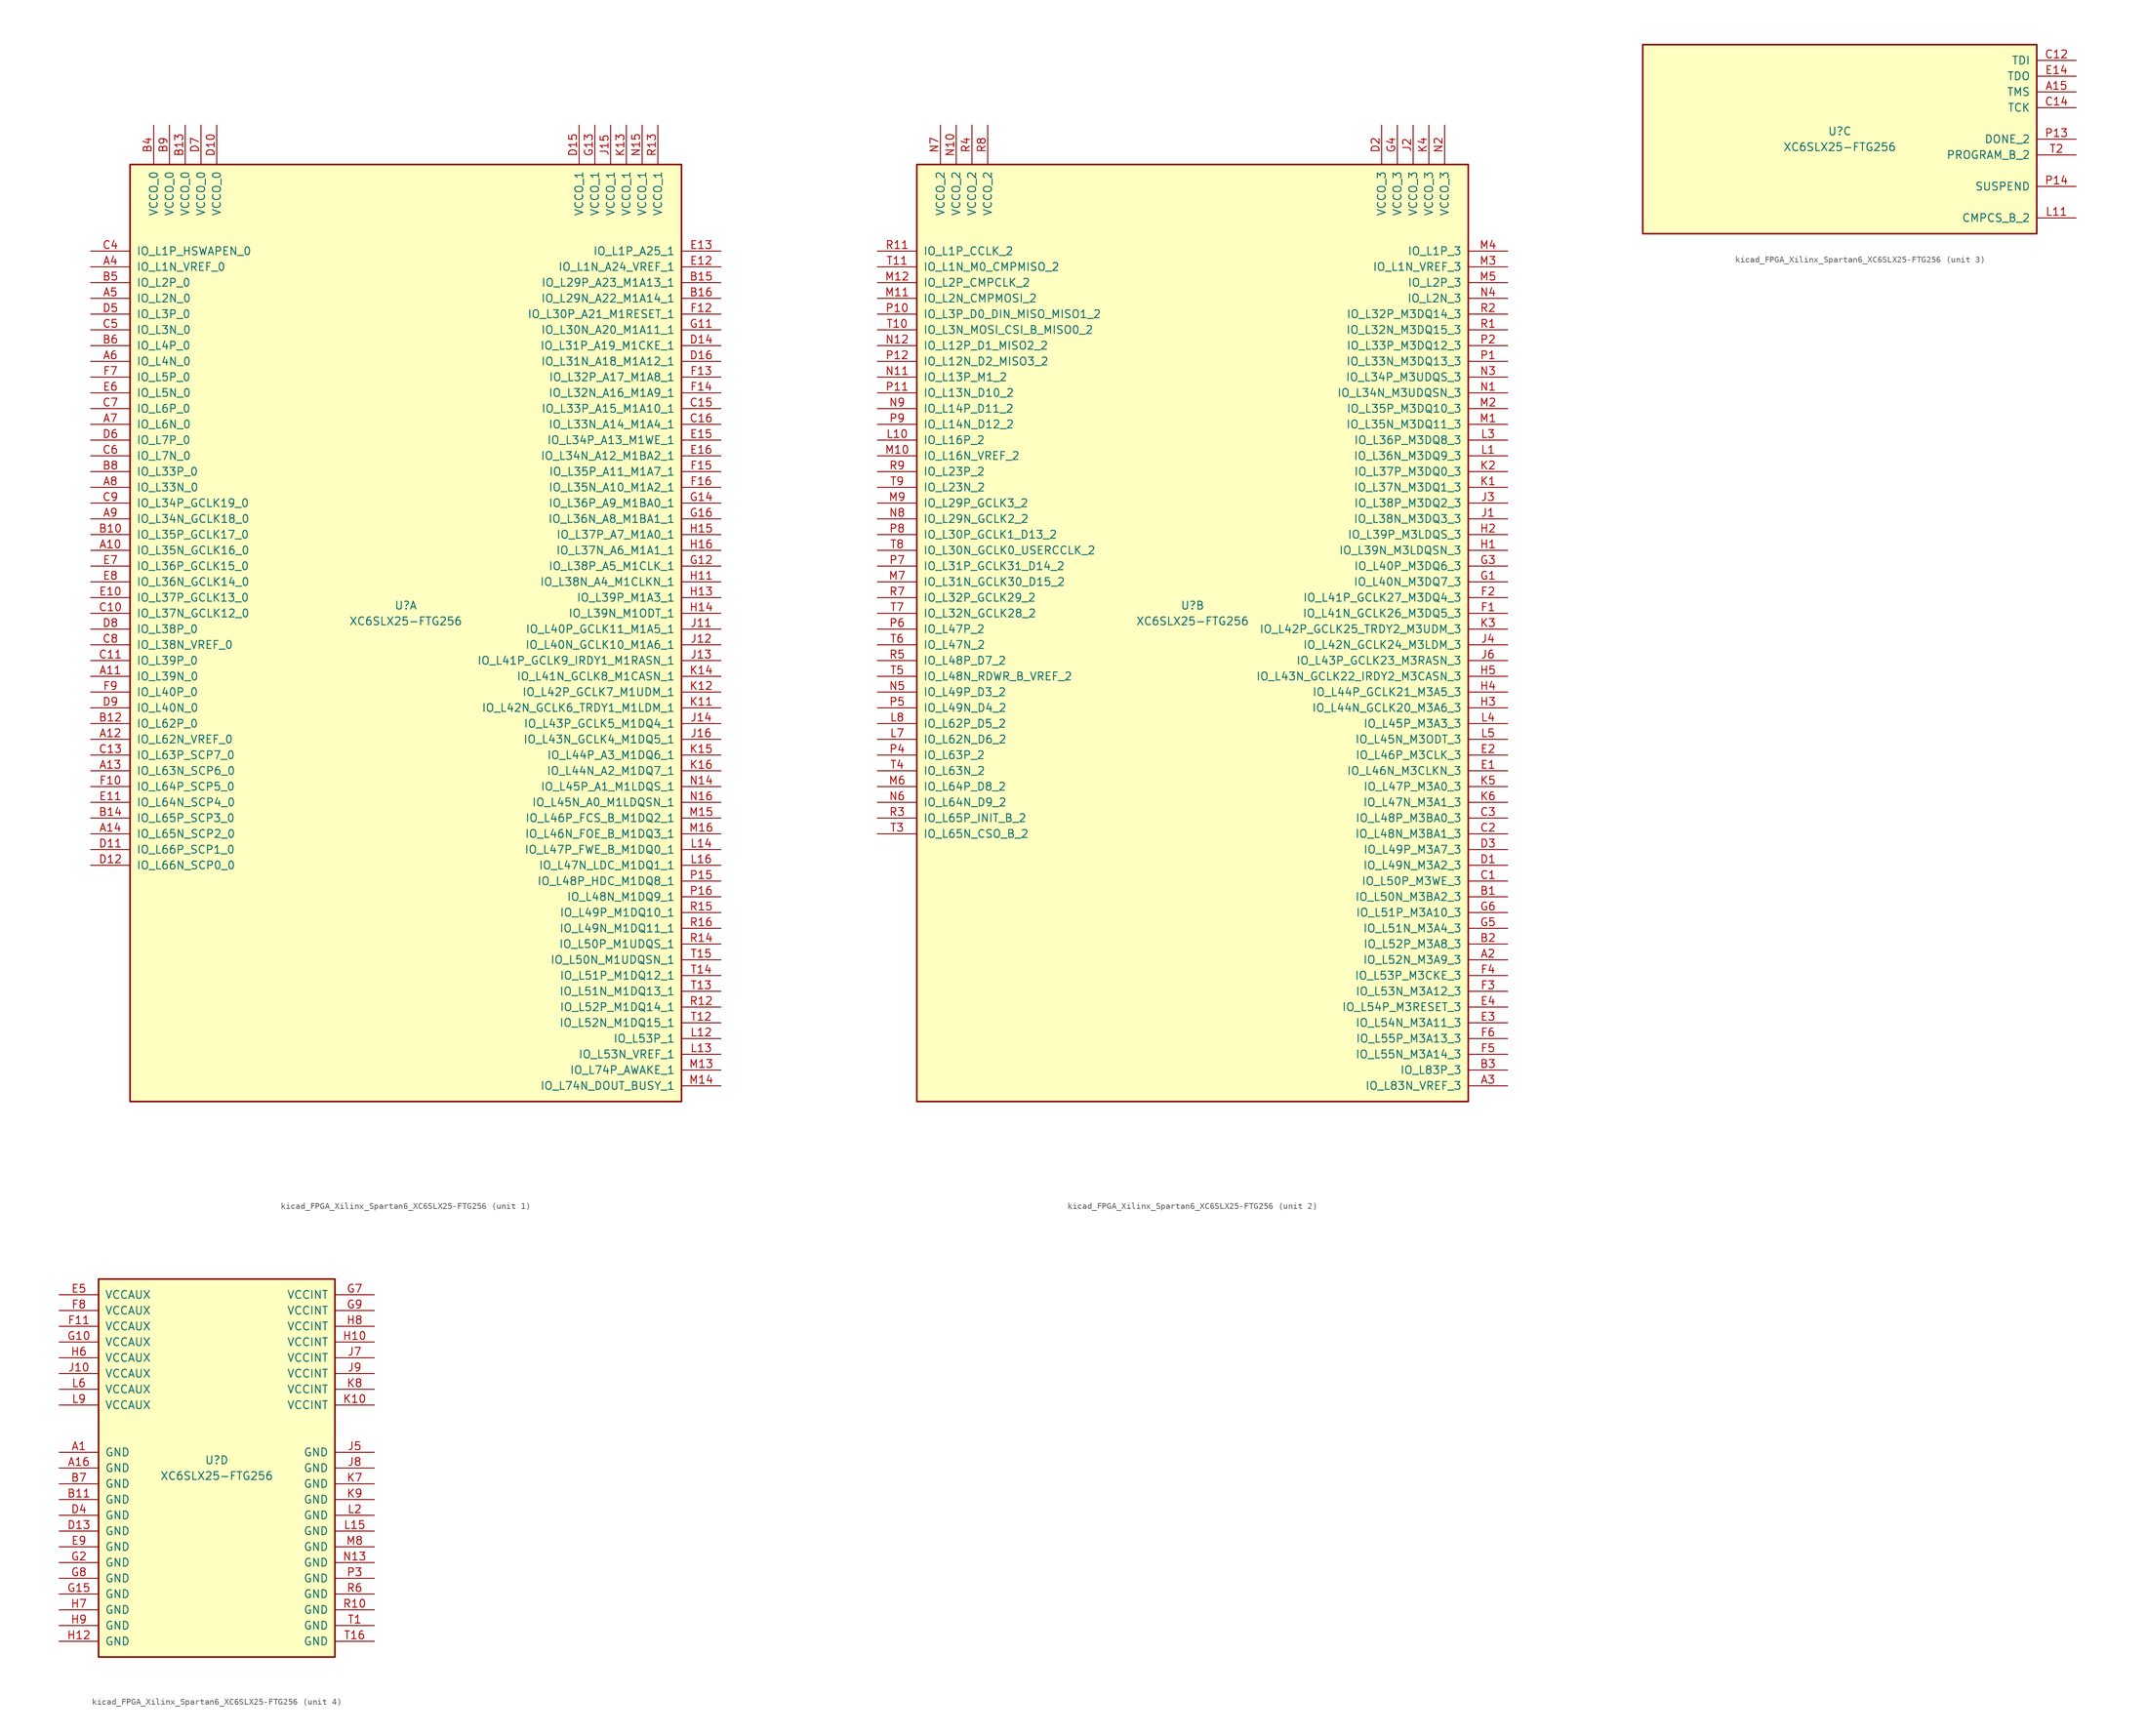
<source format=kicad_sym>
(kicad_symbol_lib
  (version 20220914)
  (generator kicad_symbol_editor)
  (symbol "kicad_FPGA_Xilinx_Spartan6_XC6SLX25-FTG256"
    (pin_names
      (offset 1.016))
    (property "Reference" "U"
      (at 0 1.27 0)
      (effects (font (size 1.27 1.27))))
    (property "Value" "XC6SLX25-FTG256"
      (at 0 -1.27 0)
      (effects (font (size 1.27 1.27))))
    (property "Datasheet" ""
      (at 0 0 0)
      (effects (font (size 1.27 1.27))))
    (property "ki_locked" ""
      (at 0 0 0)
      (effects (font (size 1.27 1.27))))
    (symbol "kicad_FPGA_Xilinx_Spartan6_XC6SLX25-FTG256_1_1"
      (rectangle (start -44.45 72.39) (end 44.45 -78.74) (stroke (width 0.254) (type default)) (fill (type background)))
      (pin bidirectional line (at -50.8 10.16 0) (length 6.35) (name "IO_L35N_GCLK16_0" (effects (font (size 1.27 1.27)))) (number "A10" (effects (font (size 1.27 1.27)))))
      (pin bidirectional line (at -50.8 -10.16 0) (length 6.35) (name "IO_L39N_0" (effects (font (size 1.27 1.27)))) (number "A11" (effects (font (size 1.27 1.27)))))
      (pin bidirectional line (at -50.8 -20.32 0) (length 6.35) (name "IO_L62N_VREF_0" (effects (font (size 1.27 1.27)))) (number "A12" (effects (font (size 1.27 1.27)))))
      (pin bidirectional line (at -50.8 -25.4 0) (length 6.35) (name "IO_L63N_SCP6_0" (effects (font (size 1.27 1.27)))) (number "A13" (effects (font (size 1.27 1.27)))))
      (pin bidirectional line (at -50.8 -35.56 0) (length 6.35) (name "IO_L65N_SCP2_0" (effects (font (size 1.27 1.27)))) (number "A14" (effects (font (size 1.27 1.27)))))
      (pin bidirectional line (at -50.8 55.88 0) (length 6.35) (name "IO_L1N_VREF_0" (effects (font (size 1.27 1.27)))) (number "A4" (effects (font (size 1.27 1.27)))))
      (pin bidirectional line (at -50.8 50.8 0) (length 6.35) (name "IO_L2N_0" (effects (font (size 1.27 1.27)))) (number "A5" (effects (font (size 1.27 1.27)))))
      (pin bidirectional line (at -50.8 40.64 0) (length 6.35) (name "IO_L4N_0" (effects (font (size 1.27 1.27)))) (number "A6" (effects (font (size 1.27 1.27)))))
      (pin bidirectional line (at -50.8 30.48 0) (length 6.35) (name "IO_L6N_0" (effects (font (size 1.27 1.27)))) (number "A7" (effects (font (size 1.27 1.27)))))
      (pin bidirectional line (at -50.8 20.32 0) (length 6.35) (name "IO_L33N_0" (effects (font (size 1.27 1.27)))) (number "A8" (effects (font (size 1.27 1.27)))))
      (pin bidirectional line (at -50.8 15.24 0) (length 6.35) (name "IO_L34N_GCLK18_0" (effects (font (size 1.27 1.27)))) (number "A9" (effects (font (size 1.27 1.27)))))
      (pin bidirectional line (at -50.8 12.7 0) (length 6.35) (name "IO_L35P_GCLK17_0" (effects (font (size 1.27 1.27)))) (number "B10" (effects (font (size 1.27 1.27)))))
      (pin bidirectional line (at -50.8 -17.78 0) (length 6.35) (name "IO_L62P_0" (effects (font (size 1.27 1.27)))) (number "B12" (effects (font (size 1.27 1.27)))))
      (pin power_in line (at -35.56 78.74 270) (length 6.35) (name "VCCO_0" (effects (font (size 1.27 1.27)))) (number "B13" (effects (font (size 1.27 1.27)))))
      (pin bidirectional line (at -50.8 -33.02 0) (length 6.35) (name "IO_L65P_SCP3_0" (effects (font (size 1.27 1.27)))) (number "B14" (effects (font (size 1.27 1.27)))))
      (pin bidirectional line (at 50.8 53.34 180) (length 6.35) (name "IO_L29P_A23_M1A13_1" (effects (font (size 1.27 1.27)))) (number "B15" (effects (font (size 1.27 1.27)))))
      (pin bidirectional line (at 50.8 50.8 180) (length 6.35) (name "IO_L29N_A22_M1A14_1" (effects (font (size 1.27 1.27)))) (number "B16" (effects (font (size 1.27 1.27)))))
      (pin power_in line (at -40.64 78.74 270) (length 6.35) (name "VCCO_0" (effects (font (size 1.27 1.27)))) (number "B4" (effects (font (size 1.27 1.27)))))
      (pin bidirectional line (at -50.8 53.34 0) (length 6.35) (name "IO_L2P_0" (effects (font (size 1.27 1.27)))) (number "B5" (effects (font (size 1.27 1.27)))))
      (pin bidirectional line (at -50.8 43.18 0) (length 6.35) (name "IO_L4P_0" (effects (font (size 1.27 1.27)))) (number "B6" (effects (font (size 1.27 1.27)))))
      (pin bidirectional line (at -50.8 22.86 0) (length 6.35) (name "IO_L33P_0" (effects (font (size 1.27 1.27)))) (number "B8" (effects (font (size 1.27 1.27)))))
      (pin power_in line (at -38.1 78.74 270) (length 6.35) (name "VCCO_0" (effects (font (size 1.27 1.27)))) (number "B9" (effects (font (size 1.27 1.27)))))
      (pin bidirectional line (at -50.8 0 0) (length 6.35) (name "IO_L37N_GCLK12_0" (effects (font (size 1.27 1.27)))) (number "C10" (effects (font (size 1.27 1.27)))))
      (pin bidirectional line (at -50.8 -7.62 0) (length 6.35) (name "IO_L39P_0" (effects (font (size 1.27 1.27)))) (number "C11" (effects (font (size 1.27 1.27)))))
      (pin bidirectional line (at -50.8 -22.86 0) (length 6.35) (name "IO_L63P_SCP7_0" (effects (font (size 1.27 1.27)))) (number "C13" (effects (font (size 1.27 1.27)))))
      (pin bidirectional line (at 50.8 33.02 180) (length 6.35) (name "IO_L33P_A15_M1A10_1" (effects (font (size 1.27 1.27)))) (number "C15" (effects (font (size 1.27 1.27)))))
      (pin bidirectional line (at 50.8 30.48 180) (length 6.35) (name "IO_L33N_A14_M1A4_1" (effects (font (size 1.27 1.27)))) (number "C16" (effects (font (size 1.27 1.27)))))
      (pin bidirectional line (at -50.8 58.42 0) (length 6.35) (name "IO_L1P_HSWAPEN_0" (effects (font (size 1.27 1.27)))) (number "C4" (effects (font (size 1.27 1.27)))))
      (pin bidirectional line (at -50.8 45.72 0) (length 6.35) (name "IO_L3N_0" (effects (font (size 1.27 1.27)))) (number "C5" (effects (font (size 1.27 1.27)))))
      (pin bidirectional line (at -50.8 25.4 0) (length 6.35) (name "IO_L7N_0" (effects (font (size 1.27 1.27)))) (number "C6" (effects (font (size 1.27 1.27)))))
      (pin bidirectional line (at -50.8 33.02 0) (length 6.35) (name "IO_L6P_0" (effects (font (size 1.27 1.27)))) (number "C7" (effects (font (size 1.27 1.27)))))
      (pin bidirectional line (at -50.8 -5.08 0) (length 6.35) (name "IO_L38N_VREF_0" (effects (font (size 1.27 1.27)))) (number "C8" (effects (font (size 1.27 1.27)))))
      (pin bidirectional line (at -50.8 17.78 0) (length 6.35) (name "IO_L34P_GCLK19_0" (effects (font (size 1.27 1.27)))) (number "C9" (effects (font (size 1.27 1.27)))))
      (pin power_in line (at -30.48 78.74 270) (length 6.35) (name "VCCO_0" (effects (font (size 1.27 1.27)))) (number "D10" (effects (font (size 1.27 1.27)))))
      (pin bidirectional line (at -50.8 -38.1 0) (length 6.35) (name "IO_L66P_SCP1_0" (effects (font (size 1.27 1.27)))) (number "D11" (effects (font (size 1.27 1.27)))))
      (pin bidirectional line (at -50.8 -40.64 0) (length 6.35) (name "IO_L66N_SCP0_0" (effects (font (size 1.27 1.27)))) (number "D12" (effects (font (size 1.27 1.27)))))
      (pin bidirectional line (at 50.8 43.18 180) (length 6.35) (name "IO_L31P_A19_M1CKE_1" (effects (font (size 1.27 1.27)))) (number "D14" (effects (font (size 1.27 1.27)))))
      (pin power_in line (at 27.94 78.74 270) (length 6.35) (name "VCCO_1" (effects (font (size 1.27 1.27)))) (number "D15" (effects (font (size 1.27 1.27)))))
      (pin bidirectional line (at 50.8 40.64 180) (length 6.35) (name "IO_L31N_A18_M1A12_1" (effects (font (size 1.27 1.27)))) (number "D16" (effects (font (size 1.27 1.27)))))
      (pin bidirectional line (at -50.8 48.26 0) (length 6.35) (name "IO_L3P_0" (effects (font (size 1.27 1.27)))) (number "D5" (effects (font (size 1.27 1.27)))))
      (pin bidirectional line (at -50.8 27.94 0) (length 6.35) (name "IO_L7P_0" (effects (font (size 1.27 1.27)))) (number "D6" (effects (font (size 1.27 1.27)))))
      (pin power_in line (at -33.02 78.74 270) (length 6.35) (name "VCCO_0" (effects (font (size 1.27 1.27)))) (number "D7" (effects (font (size 1.27 1.27)))))
      (pin bidirectional line (at -50.8 -2.54 0) (length 6.35) (name "IO_L38P_0" (effects (font (size 1.27 1.27)))) (number "D8" (effects (font (size 1.27 1.27)))))
      (pin bidirectional line (at -50.8 -15.24 0) (length 6.35) (name "IO_L40N_0" (effects (font (size 1.27 1.27)))) (number "D9" (effects (font (size 1.27 1.27)))))
      (pin bidirectional line (at -50.8 2.54 0) (length 6.35) (name "IO_L37P_GCLK13_0" (effects (font (size 1.27 1.27)))) (number "E10" (effects (font (size 1.27 1.27)))))
      (pin bidirectional line (at -50.8 -30.48 0) (length 6.35) (name "IO_L64N_SCP4_0" (effects (font (size 1.27 1.27)))) (number "E11" (effects (font (size 1.27 1.27)))))
      (pin bidirectional line (at 50.8 55.88 180) (length 6.35) (name "IO_L1N_A24_VREF_1" (effects (font (size 1.27 1.27)))) (number "E12" (effects (font (size 1.27 1.27)))))
      (pin bidirectional line (at 50.8 58.42 180) (length 6.35) (name "IO_L1P_A25_1" (effects (font (size 1.27 1.27)))) (number "E13" (effects (font (size 1.27 1.27)))))
      (pin bidirectional line (at 50.8 27.94 180) (length 6.35) (name "IO_L34P_A13_M1WE_1" (effects (font (size 1.27 1.27)))) (number "E15" (effects (font (size 1.27 1.27)))))
      (pin bidirectional line (at 50.8 25.4 180) (length 6.35) (name "IO_L34N_A12_M1BA2_1" (effects (font (size 1.27 1.27)))) (number "E16" (effects (font (size 1.27 1.27)))))
      (pin bidirectional line (at -50.8 35.56 0) (length 6.35) (name "IO_L5N_0" (effects (font (size 1.27 1.27)))) (number "E6" (effects (font (size 1.27 1.27)))))
      (pin bidirectional line (at -50.8 7.62 0) (length 6.35) (name "IO_L36P_GCLK15_0" (effects (font (size 1.27 1.27)))) (number "E7" (effects (font (size 1.27 1.27)))))
      (pin bidirectional line (at -50.8 5.08 0) (length 6.35) (name "IO_L36N_GCLK14_0" (effects (font (size 1.27 1.27)))) (number "E8" (effects (font (size 1.27 1.27)))))
      (pin bidirectional line (at -50.8 -27.94 0) (length 6.35) (name "IO_L64P_SCP5_0" (effects (font (size 1.27 1.27)))) (number "F10" (effects (font (size 1.27 1.27)))))
      (pin bidirectional line (at 50.8 48.26 180) (length 6.35) (name "IO_L30P_A21_M1RESET_1" (effects (font (size 1.27 1.27)))) (number "F12" (effects (font (size 1.27 1.27)))))
      (pin bidirectional line (at 50.8 38.1 180) (length 6.35) (name "IO_L32P_A17_M1A8_1" (effects (font (size 1.27 1.27)))) (number "F13" (effects (font (size 1.27 1.27)))))
      (pin bidirectional line (at 50.8 35.56 180) (length 6.35) (name "IO_L32N_A16_M1A9_1" (effects (font (size 1.27 1.27)))) (number "F14" (effects (font (size 1.27 1.27)))))
      (pin bidirectional line (at 50.8 22.86 180) (length 6.35) (name "IO_L35P_A11_M1A7_1" (effects (font (size 1.27 1.27)))) (number "F15" (effects (font (size 1.27 1.27)))))
      (pin bidirectional line (at 50.8 20.32 180) (length 6.35) (name "IO_L35N_A10_M1A2_1" (effects (font (size 1.27 1.27)))) (number "F16" (effects (font (size 1.27 1.27)))))
      (pin bidirectional line (at -50.8 38.1 0) (length 6.35) (name "IO_L5P_0" (effects (font (size 1.27 1.27)))) (number "F7" (effects (font (size 1.27 1.27)))))
      (pin bidirectional line (at -50.8 -12.7 0) (length 6.35) (name "IO_L40P_0" (effects (font (size 1.27 1.27)))) (number "F9" (effects (font (size 1.27 1.27)))))
      (pin bidirectional line (at 50.8 45.72 180) (length 6.35) (name "IO_L30N_A20_M1A11_1" (effects (font (size 1.27 1.27)))) (number "G11" (effects (font (size 1.27 1.27)))))
      (pin bidirectional line (at 50.8 7.62 180) (length 6.35) (name "IO_L38P_A5_M1CLK_1" (effects (font (size 1.27 1.27)))) (number "G12" (effects (font (size 1.27 1.27)))))
      (pin power_in line (at 30.48 78.74 270) (length 6.35) (name "VCCO_1" (effects (font (size 1.27 1.27)))) (number "G13" (effects (font (size 1.27 1.27)))))
      (pin bidirectional line (at 50.8 17.78 180) (length 6.35) (name "IO_L36P_A9_M1BA0_1" (effects (font (size 1.27 1.27)))) (number "G14" (effects (font (size 1.27 1.27)))))
      (pin bidirectional line (at 50.8 15.24 180) (length 6.35) (name "IO_L36N_A8_M1BA1_1" (effects (font (size 1.27 1.27)))) (number "G16" (effects (font (size 1.27 1.27)))))
      (pin bidirectional line (at 50.8 5.08 180) (length 6.35) (name "IO_L38N_A4_M1CLKN_1" (effects (font (size 1.27 1.27)))) (number "H11" (effects (font (size 1.27 1.27)))))
      (pin bidirectional line (at 50.8 2.54 180) (length 6.35) (name "IO_L39P_M1A3_1" (effects (font (size 1.27 1.27)))) (number "H13" (effects (font (size 1.27 1.27)))))
      (pin bidirectional line (at 50.8 0 180) (length 6.35) (name "IO_L39N_M1ODT_1" (effects (font (size 1.27 1.27)))) (number "H14" (effects (font (size 1.27 1.27)))))
      (pin bidirectional line (at 50.8 12.7 180) (length 6.35) (name "IO_L37P_A7_M1A0_1" (effects (font (size 1.27 1.27)))) (number "H15" (effects (font (size 1.27 1.27)))))
      (pin bidirectional line (at 50.8 10.16 180) (length 6.35) (name "IO_L37N_A6_M1A1_1" (effects (font (size 1.27 1.27)))) (number "H16" (effects (font (size 1.27 1.27)))))
      (pin bidirectional line (at 50.8 -2.54 180) (length 6.35) (name "IO_L40P_GCLK11_M1A5_1" (effects (font (size 1.27 1.27)))) (number "J11" (effects (font (size 1.27 1.27)))))
      (pin bidirectional line (at 50.8 -5.08 180) (length 6.35) (name "IO_L40N_GCLK10_M1A6_1" (effects (font (size 1.27 1.27)))) (number "J12" (effects (font (size 1.27 1.27)))))
      (pin bidirectional line (at 50.8 -7.62 180) (length 6.35) (name "IO_L41P_GCLK9_IRDY1_M1RASN_1" (effects (font (size 1.27 1.27)))) (number "J13" (effects (font (size 1.27 1.27)))))
      (pin bidirectional line (at 50.8 -17.78 180) (length 6.35) (name "IO_L43P_GCLK5_M1DQ4_1" (effects (font (size 1.27 1.27)))) (number "J14" (effects (font (size 1.27 1.27)))))
      (pin power_in line (at 33.02 78.74 270) (length 6.35) (name "VCCO_1" (effects (font (size 1.27 1.27)))) (number "J15" (effects (font (size 1.27 1.27)))))
      (pin bidirectional line (at 50.8 -20.32 180) (length 6.35) (name "IO_L43N_GCLK4_M1DQ5_1" (effects (font (size 1.27 1.27)))) (number "J16" (effects (font (size 1.27 1.27)))))
      (pin bidirectional line (at 50.8 -15.24 180) (length 6.35) (name "IO_L42N_GCLK6_TRDY1_M1LDM_1" (effects (font (size 1.27 1.27)))) (number "K11" (effects (font (size 1.27 1.27)))))
      (pin bidirectional line (at 50.8 -12.7 180) (length 6.35) (name "IO_L42P_GCLK7_M1UDM_1" (effects (font (size 1.27 1.27)))) (number "K12" (effects (font (size 1.27 1.27)))))
      (pin power_in line (at 35.56 78.74 270) (length 6.35) (name "VCCO_1" (effects (font (size 1.27 1.27)))) (number "K13" (effects (font (size 1.27 1.27)))))
      (pin bidirectional line (at 50.8 -10.16 180) (length 6.35) (name "IO_L41N_GCLK8_M1CASN_1" (effects (font (size 1.27 1.27)))) (number "K14" (effects (font (size 1.27 1.27)))))
      (pin bidirectional line (at 50.8 -22.86 180) (length 6.35) (name "IO_L44P_A3_M1DQ6_1" (effects (font (size 1.27 1.27)))) (number "K15" (effects (font (size 1.27 1.27)))))
      (pin bidirectional line (at 50.8 -25.4 180) (length 6.35) (name "IO_L44N_A2_M1DQ7_1" (effects (font (size 1.27 1.27)))) (number "K16" (effects (font (size 1.27 1.27)))))
      (pin bidirectional line (at 50.8 -68.58 180) (length 6.35) (name "IO_L53P_1" (effects (font (size 1.27 1.27)))) (number "L12" (effects (font (size 1.27 1.27)))))
      (pin bidirectional line (at 50.8 -71.12 180) (length 6.35) (name "IO_L53N_VREF_1" (effects (font (size 1.27 1.27)))) (number "L13" (effects (font (size 1.27 1.27)))))
      (pin bidirectional line (at 50.8 -38.1 180) (length 6.35) (name "IO_L47P_FWE_B_M1DQ0_1" (effects (font (size 1.27 1.27)))) (number "L14" (effects (font (size 1.27 1.27)))))
      (pin bidirectional line (at 50.8 -40.64 180) (length 6.35) (name "IO_L47N_LDC_M1DQ1_1" (effects (font (size 1.27 1.27)))) (number "L16" (effects (font (size 1.27 1.27)))))
      (pin bidirectional line (at 50.8 -73.66 180) (length 6.35) (name "IO_L74P_AWAKE_1" (effects (font (size 1.27 1.27)))) (number "M13" (effects (font (size 1.27 1.27)))))
      (pin bidirectional line (at 50.8 -76.2 180) (length 6.35) (name "IO_L74N_DOUT_BUSY_1" (effects (font (size 1.27 1.27)))) (number "M14" (effects (font (size 1.27 1.27)))))
      (pin bidirectional line (at 50.8 -33.02 180) (length 6.35) (name "IO_L46P_FCS_B_M1DQ2_1" (effects (font (size 1.27 1.27)))) (number "M15" (effects (font (size 1.27 1.27)))))
      (pin bidirectional line (at 50.8 -35.56 180) (length 6.35) (name "IO_L46N_FOE_B_M1DQ3_1" (effects (font (size 1.27 1.27)))) (number "M16" (effects (font (size 1.27 1.27)))))
      (pin bidirectional line (at 50.8 -27.94 180) (length 6.35) (name "IO_L45P_A1_M1LDQS_1" (effects (font (size 1.27 1.27)))) (number "N14" (effects (font (size 1.27 1.27)))))
      (pin power_in line (at 38.1 78.74 270) (length 6.35) (name "VCCO_1" (effects (font (size 1.27 1.27)))) (number "N15" (effects (font (size 1.27 1.27)))))
      (pin bidirectional line (at 50.8 -30.48 180) (length 6.35) (name "IO_L45N_A0_M1LDQSN_1" (effects (font (size 1.27 1.27)))) (number "N16" (effects (font (size 1.27 1.27)))))
      (pin bidirectional line (at 50.8 -43.18 180) (length 6.35) (name "IO_L48P_HDC_M1DQ8_1" (effects (font (size 1.27 1.27)))) (number "P15" (effects (font (size 1.27 1.27)))))
      (pin bidirectional line (at 50.8 -45.72 180) (length 6.35) (name "IO_L48N_M1DQ9_1" (effects (font (size 1.27 1.27)))) (number "P16" (effects (font (size 1.27 1.27)))))
      (pin bidirectional line (at 50.8 -63.5 180) (length 6.35) (name "IO_L52P_M1DQ14_1" (effects (font (size 1.27 1.27)))) (number "R12" (effects (font (size 1.27 1.27)))))
      (pin power_in line (at 40.64 78.74 270) (length 6.35) (name "VCCO_1" (effects (font (size 1.27 1.27)))) (number "R13" (effects (font (size 1.27 1.27)))))
      (pin bidirectional line (at 50.8 -53.34 180) (length 6.35) (name "IO_L50P_M1UDQS_1" (effects (font (size 1.27 1.27)))) (number "R14" (effects (font (size 1.27 1.27)))))
      (pin bidirectional line (at 50.8 -48.26 180) (length 6.35) (name "IO_L49P_M1DQ10_1" (effects (font (size 1.27 1.27)))) (number "R15" (effects (font (size 1.27 1.27)))))
      (pin bidirectional line (at 50.8 -50.8 180) (length 6.35) (name "IO_L49N_M1DQ11_1" (effects (font (size 1.27 1.27)))) (number "R16" (effects (font (size 1.27 1.27)))))
      (pin bidirectional line (at 50.8 -66.04 180) (length 6.35) (name "IO_L52N_M1DQ15_1" (effects (font (size 1.27 1.27)))) (number "T12" (effects (font (size 1.27 1.27)))))
      (pin bidirectional line (at 50.8 -60.96 180) (length 6.35) (name "IO_L51N_M1DQ13_1" (effects (font (size 1.27 1.27)))) (number "T13" (effects (font (size 1.27 1.27)))))
      (pin bidirectional line (at 50.8 -58.42 180) (length 6.35) (name "IO_L51P_M1DQ12_1" (effects (font (size 1.27 1.27)))) (number "T14" (effects (font (size 1.27 1.27)))))
      (pin bidirectional line (at 50.8 -55.88 180) (length 6.35) (name "IO_L50N_M1UDQSN_1" (effects (font (size 1.27 1.27)))) (number "T15" (effects (font (size 1.27 1.27))))))
    (symbol "kicad_FPGA_Xilinx_Spartan6_XC6SLX25-FTG256_2_1"
      (rectangle (start -44.45 72.39) (end 44.45 -78.74) (stroke (width 0.254) (type default)) (fill (type background)))
      (pin bidirectional line (at 50.8 -55.88 180) (length 6.35) (name "IO_L52N_M3A9_3" (effects (font (size 1.27 1.27)))) (number "A2" (effects (font (size 1.27 1.27)))))
      (pin bidirectional line (at 50.8 -76.2 180) (length 6.35) (name "IO_L83N_VREF_3" (effects (font (size 1.27 1.27)))) (number "A3" (effects (font (size 1.27 1.27)))))
      (pin bidirectional line (at 50.8 -45.72 180) (length 6.35) (name "IO_L50N_M3BA2_3" (effects (font (size 1.27 1.27)))) (number "B1" (effects (font (size 1.27 1.27)))))
      (pin bidirectional line (at 50.8 -53.34 180) (length 6.35) (name "IO_L52P_M3A8_3" (effects (font (size 1.27 1.27)))) (number "B2" (effects (font (size 1.27 1.27)))))
      (pin bidirectional line (at 50.8 -73.66 180) (length 6.35) (name "IO_L83P_3" (effects (font (size 1.27 1.27)))) (number "B3" (effects (font (size 1.27 1.27)))))
      (pin bidirectional line (at 50.8 -43.18 180) (length 6.35) (name "IO_L50P_M3WE_3" (effects (font (size 1.27 1.27)))) (number "C1" (effects (font (size 1.27 1.27)))))
      (pin bidirectional line (at 50.8 -35.56 180) (length 6.35) (name "IO_L48N_M3BA1_3" (effects (font (size 1.27 1.27)))) (number "C2" (effects (font (size 1.27 1.27)))))
      (pin bidirectional line (at 50.8 -33.02 180) (length 6.35) (name "IO_L48P_M3BA0_3" (effects (font (size 1.27 1.27)))) (number "C3" (effects (font (size 1.27 1.27)))))
      (pin bidirectional line (at 50.8 -40.64 180) (length 6.35) (name "IO_L49N_M3A2_3" (effects (font (size 1.27 1.27)))) (number "D1" (effects (font (size 1.27 1.27)))))
      (pin power_in line (at 30.48 78.74 270) (length 6.35) (name "VCCO_3" (effects (font (size 1.27 1.27)))) (number "D2" (effects (font (size 1.27 1.27)))))
      (pin bidirectional line (at 50.8 -38.1 180) (length 6.35) (name "IO_L49P_M3A7_3" (effects (font (size 1.27 1.27)))) (number "D3" (effects (font (size 1.27 1.27)))))
      (pin bidirectional line (at 50.8 -25.4 180) (length 6.35) (name "IO_L46N_M3CLKN_3" (effects (font (size 1.27 1.27)))) (number "E1" (effects (font (size 1.27 1.27)))))
      (pin bidirectional line (at 50.8 -22.86 180) (length 6.35) (name "IO_L46P_M3CLK_3" (effects (font (size 1.27 1.27)))) (number "E2" (effects (font (size 1.27 1.27)))))
      (pin bidirectional line (at 50.8 -66.04 180) (length 6.35) (name "IO_L54N_M3A11_3" (effects (font (size 1.27 1.27)))) (number "E3" (effects (font (size 1.27 1.27)))))
      (pin bidirectional line (at 50.8 -63.5 180) (length 6.35) (name "IO_L54P_M3RESET_3" (effects (font (size 1.27 1.27)))) (number "E4" (effects (font (size 1.27 1.27)))))
      (pin bidirectional line (at 50.8 0 180) (length 6.35) (name "IO_L41N_GCLK26_M3DQ5_3" (effects (font (size 1.27 1.27)))) (number "F1" (effects (font (size 1.27 1.27)))))
      (pin bidirectional line (at 50.8 2.54 180) (length 6.35) (name "IO_L41P_GCLK27_M3DQ4_3" (effects (font (size 1.27 1.27)))) (number "F2" (effects (font (size 1.27 1.27)))))
      (pin bidirectional line (at 50.8 -60.96 180) (length 6.35) (name "IO_L53N_M3A12_3" (effects (font (size 1.27 1.27)))) (number "F3" (effects (font (size 1.27 1.27)))))
      (pin bidirectional line (at 50.8 -58.42 180) (length 6.35) (name "IO_L53P_M3CKE_3" (effects (font (size 1.27 1.27)))) (number "F4" (effects (font (size 1.27 1.27)))))
      (pin bidirectional line (at 50.8 -71.12 180) (length 6.35) (name "IO_L55N_M3A14_3" (effects (font (size 1.27 1.27)))) (number "F5" (effects (font (size 1.27 1.27)))))
      (pin bidirectional line (at 50.8 -68.58 180) (length 6.35) (name "IO_L55P_M3A13_3" (effects (font (size 1.27 1.27)))) (number "F6" (effects (font (size 1.27 1.27)))))
      (pin bidirectional line (at 50.8 5.08 180) (length 6.35) (name "IO_L40N_M3DQ7_3" (effects (font (size 1.27 1.27)))) (number "G1" (effects (font (size 1.27 1.27)))))
      (pin bidirectional line (at 50.8 7.62 180) (length 6.35) (name "IO_L40P_M3DQ6_3" (effects (font (size 1.27 1.27)))) (number "G3" (effects (font (size 1.27 1.27)))))
      (pin power_in line (at 33.02 78.74 270) (length 6.35) (name "VCCO_3" (effects (font (size 1.27 1.27)))) (number "G4" (effects (font (size 1.27 1.27)))))
      (pin bidirectional line (at 50.8 -50.8 180) (length 6.35) (name "IO_L51N_M3A4_3" (effects (font (size 1.27 1.27)))) (number "G5" (effects (font (size 1.27 1.27)))))
      (pin bidirectional line (at 50.8 -48.26 180) (length 6.35) (name "IO_L51P_M3A10_3" (effects (font (size 1.27 1.27)))) (number "G6" (effects (font (size 1.27 1.27)))))
      (pin bidirectional line (at 50.8 10.16 180) (length 6.35) (name "IO_L39N_M3LDQSN_3" (effects (font (size 1.27 1.27)))) (number "H1" (effects (font (size 1.27 1.27)))))
      (pin bidirectional line (at 50.8 12.7 180) (length 6.35) (name "IO_L39P_M3LDQS_3" (effects (font (size 1.27 1.27)))) (number "H2" (effects (font (size 1.27 1.27)))))
      (pin bidirectional line (at 50.8 -15.24 180) (length 6.35) (name "IO_L44N_GCLK20_M3A6_3" (effects (font (size 1.27 1.27)))) (number "H3" (effects (font (size 1.27 1.27)))))
      (pin bidirectional line (at 50.8 -12.7 180) (length 6.35) (name "IO_L44P_GCLK21_M3A5_3" (effects (font (size 1.27 1.27)))) (number "H4" (effects (font (size 1.27 1.27)))))
      (pin bidirectional line (at 50.8 -10.16 180) (length 6.35) (name "IO_L43N_GCLK22_IRDY2_M3CASN_3" (effects (font (size 1.27 1.27)))) (number "H5" (effects (font (size 1.27 1.27)))))
      (pin bidirectional line (at 50.8 15.24 180) (length 6.35) (name "IO_L38N_M3DQ3_3" (effects (font (size 1.27 1.27)))) (number "J1" (effects (font (size 1.27 1.27)))))
      (pin power_in line (at 35.56 78.74 270) (length 6.35) (name "VCCO_3" (effects (font (size 1.27 1.27)))) (number "J2" (effects (font (size 1.27 1.27)))))
      (pin bidirectional line (at 50.8 17.78 180) (length 6.35) (name "IO_L38P_M3DQ2_3" (effects (font (size 1.27 1.27)))) (number "J3" (effects (font (size 1.27 1.27)))))
      (pin bidirectional line (at 50.8 -5.08 180) (length 6.35) (name "IO_L42N_GCLK24_M3LDM_3" (effects (font (size 1.27 1.27)))) (number "J4" (effects (font (size 1.27 1.27)))))
      (pin bidirectional line (at 50.8 -7.62 180) (length 6.35) (name "IO_L43P_GCLK23_M3RASN_3" (effects (font (size 1.27 1.27)))) (number "J6" (effects (font (size 1.27 1.27)))))
      (pin bidirectional line (at 50.8 20.32 180) (length 6.35) (name "IO_L37N_M3DQ1_3" (effects (font (size 1.27 1.27)))) (number "K1" (effects (font (size 1.27 1.27)))))
      (pin bidirectional line (at 50.8 22.86 180) (length 6.35) (name "IO_L37P_M3DQ0_3" (effects (font (size 1.27 1.27)))) (number "K2" (effects (font (size 1.27 1.27)))))
      (pin bidirectional line (at 50.8 -2.54 180) (length 6.35) (name "IO_L42P_GCLK25_TRDY2_M3UDM_3" (effects (font (size 1.27 1.27)))) (number "K3" (effects (font (size 1.27 1.27)))))
      (pin power_in line (at 38.1 78.74 270) (length 6.35) (name "VCCO_3" (effects (font (size 1.27 1.27)))) (number "K4" (effects (font (size 1.27 1.27)))))
      (pin bidirectional line (at 50.8 -27.94 180) (length 6.35) (name "IO_L47P_M3A0_3" (effects (font (size 1.27 1.27)))) (number "K5" (effects (font (size 1.27 1.27)))))
      (pin bidirectional line (at 50.8 -30.48 180) (length 6.35) (name "IO_L47N_M3A1_3" (effects (font (size 1.27 1.27)))) (number "K6" (effects (font (size 1.27 1.27)))))
      (pin bidirectional line (at 50.8 25.4 180) (length 6.35) (name "IO_L36N_M3DQ9_3" (effects (font (size 1.27 1.27)))) (number "L1" (effects (font (size 1.27 1.27)))))
      (pin bidirectional line (at -50.8 27.94 0) (length 6.35) (name "IO_L16P_2" (effects (font (size 1.27 1.27)))) (number "L10" (effects (font (size 1.27 1.27)))))
      (pin bidirectional line (at 50.8 27.94 180) (length 6.35) (name "IO_L36P_M3DQ8_3" (effects (font (size 1.27 1.27)))) (number "L3" (effects (font (size 1.27 1.27)))))
      (pin bidirectional line (at 50.8 -17.78 180) (length 6.35) (name "IO_L45P_M3A3_3" (effects (font (size 1.27 1.27)))) (number "L4" (effects (font (size 1.27 1.27)))))
      (pin bidirectional line (at 50.8 -20.32 180) (length 6.35) (name "IO_L45N_M3ODT_3" (effects (font (size 1.27 1.27)))) (number "L5" (effects (font (size 1.27 1.27)))))
      (pin bidirectional line (at -50.8 -20.32 0) (length 6.35) (name "IO_L62N_D6_2" (effects (font (size 1.27 1.27)))) (number "L7" (effects (font (size 1.27 1.27)))))
      (pin bidirectional line (at -50.8 -17.78 0) (length 6.35) (name "IO_L62P_D5_2" (effects (font (size 1.27 1.27)))) (number "L8" (effects (font (size 1.27 1.27)))))
      (pin bidirectional line (at 50.8 30.48 180) (length 6.35) (name "IO_L35N_M3DQ11_3" (effects (font (size 1.27 1.27)))) (number "M1" (effects (font (size 1.27 1.27)))))
      (pin bidirectional line (at -50.8 25.4 0) (length 6.35) (name "IO_L16N_VREF_2" (effects (font (size 1.27 1.27)))) (number "M10" (effects (font (size 1.27 1.27)))))
      (pin bidirectional line (at -50.8 50.8 0) (length 6.35) (name "IO_L2N_CMPMOSI_2" (effects (font (size 1.27 1.27)))) (number "M11" (effects (font (size 1.27 1.27)))))
      (pin bidirectional line (at -50.8 53.34 0) (length 6.35) (name "IO_L2P_CMPCLK_2" (effects (font (size 1.27 1.27)))) (number "M12" (effects (font (size 1.27 1.27)))))
      (pin bidirectional line (at 50.8 33.02 180) (length 6.35) (name "IO_L35P_M3DQ10_3" (effects (font (size 1.27 1.27)))) (number "M2" (effects (font (size 1.27 1.27)))))
      (pin bidirectional line (at 50.8 55.88 180) (length 6.35) (name "IO_L1N_VREF_3" (effects (font (size 1.27 1.27)))) (number "M3" (effects (font (size 1.27 1.27)))))
      (pin bidirectional line (at 50.8 58.42 180) (length 6.35) (name "IO_L1P_3" (effects (font (size 1.27 1.27)))) (number "M4" (effects (font (size 1.27 1.27)))))
      (pin bidirectional line (at 50.8 53.34 180) (length 6.35) (name "IO_L2P_3" (effects (font (size 1.27 1.27)))) (number "M5" (effects (font (size 1.27 1.27)))))
      (pin bidirectional line (at -50.8 -27.94 0) (length 6.35) (name "IO_L64P_D8_2" (effects (font (size 1.27 1.27)))) (number "M6" (effects (font (size 1.27 1.27)))))
      (pin bidirectional line (at -50.8 5.08 0) (length 6.35) (name "IO_L31N_GCLK30_D15_2" (effects (font (size 1.27 1.27)))) (number "M7" (effects (font (size 1.27 1.27)))))
      (pin bidirectional line (at -50.8 17.78 0) (length 6.35) (name "IO_L29P_GCLK3_2" (effects (font (size 1.27 1.27)))) (number "M9" (effects (font (size 1.27 1.27)))))
      (pin bidirectional line (at 50.8 35.56 180) (length 6.35) (name "IO_L34N_M3UDQSN_3" (effects (font (size 1.27 1.27)))) (number "N1" (effects (font (size 1.27 1.27)))))
      (pin power_in line (at -38.1 78.74 270) (length 6.35) (name "VCCO_2" (effects (font (size 1.27 1.27)))) (number "N10" (effects (font (size 1.27 1.27)))))
      (pin bidirectional line (at -50.8 38.1 0) (length 6.35) (name "IO_L13P_M1_2" (effects (font (size 1.27 1.27)))) (number "N11" (effects (font (size 1.27 1.27)))))
      (pin bidirectional line (at -50.8 43.18 0) (length 6.35) (name "IO_L12P_D1_MISO2_2" (effects (font (size 1.27 1.27)))) (number "N12" (effects (font (size 1.27 1.27)))))
      (pin power_in line (at 40.64 78.74 270) (length 6.35) (name "VCCO_3" (effects (font (size 1.27 1.27)))) (number "N2" (effects (font (size 1.27 1.27)))))
      (pin bidirectional line (at 50.8 38.1 180) (length 6.35) (name "IO_L34P_M3UDQS_3" (effects (font (size 1.27 1.27)))) (number "N3" (effects (font (size 1.27 1.27)))))
      (pin bidirectional line (at 50.8 50.8 180) (length 6.35) (name "IO_L2N_3" (effects (font (size 1.27 1.27)))) (number "N4" (effects (font (size 1.27 1.27)))))
      (pin bidirectional line (at -50.8 -12.7 0) (length 6.35) (name "IO_L49P_D3_2" (effects (font (size 1.27 1.27)))) (number "N5" (effects (font (size 1.27 1.27)))))
      (pin bidirectional line (at -50.8 -30.48 0) (length 6.35) (name "IO_L64N_D9_2" (effects (font (size 1.27 1.27)))) (number "N6" (effects (font (size 1.27 1.27)))))
      (pin power_in line (at -40.64 78.74 270) (length 6.35) (name "VCCO_2" (effects (font (size 1.27 1.27)))) (number "N7" (effects (font (size 1.27 1.27)))))
      (pin bidirectional line (at -50.8 15.24 0) (length 6.35) (name "IO_L29N_GCLK2_2" (effects (font (size 1.27 1.27)))) (number "N8" (effects (font (size 1.27 1.27)))))
      (pin bidirectional line (at -50.8 33.02 0) (length 6.35) (name "IO_L14P_D11_2" (effects (font (size 1.27 1.27)))) (number "N9" (effects (font (size 1.27 1.27)))))
      (pin bidirectional line (at 50.8 40.64 180) (length 6.35) (name "IO_L33N_M3DQ13_3" (effects (font (size 1.27 1.27)))) (number "P1" (effects (font (size 1.27 1.27)))))
      (pin bidirectional line (at -50.8 48.26 0) (length 6.35) (name "IO_L3P_D0_DIN_MISO_MISO1_2" (effects (font (size 1.27 1.27)))) (number "P10" (effects (font (size 1.27 1.27)))))
      (pin bidirectional line (at -50.8 35.56 0) (length 6.35) (name "IO_L13N_D10_2" (effects (font (size 1.27 1.27)))) (number "P11" (effects (font (size 1.27 1.27)))))
      (pin bidirectional line (at -50.8 40.64 0) (length 6.35) (name "IO_L12N_D2_MISO3_2" (effects (font (size 1.27 1.27)))) (number "P12" (effects (font (size 1.27 1.27)))))
      (pin bidirectional line (at 50.8 43.18 180) (length 6.35) (name "IO_L33P_M3DQ12_3" (effects (font (size 1.27 1.27)))) (number "P2" (effects (font (size 1.27 1.27)))))
      (pin bidirectional line (at -50.8 -22.86 0) (length 6.35) (name "IO_L63P_2" (effects (font (size 1.27 1.27)))) (number "P4" (effects (font (size 1.27 1.27)))))
      (pin bidirectional line (at -50.8 -15.24 0) (length 6.35) (name "IO_L49N_D4_2" (effects (font (size 1.27 1.27)))) (number "P5" (effects (font (size 1.27 1.27)))))
      (pin bidirectional line (at -50.8 -2.54 0) (length 6.35) (name "IO_L47P_2" (effects (font (size 1.27 1.27)))) (number "P6" (effects (font (size 1.27 1.27)))))
      (pin bidirectional line (at -50.8 7.62 0) (length 6.35) (name "IO_L31P_GCLK31_D14_2" (effects (font (size 1.27 1.27)))) (number "P7" (effects (font (size 1.27 1.27)))))
      (pin bidirectional line (at -50.8 12.7 0) (length 6.35) (name "IO_L30P_GCLK1_D13_2" (effects (font (size 1.27 1.27)))) (number "P8" (effects (font (size 1.27 1.27)))))
      (pin bidirectional line (at -50.8 30.48 0) (length 6.35) (name "IO_L14N_D12_2" (effects (font (size 1.27 1.27)))) (number "P9" (effects (font (size 1.27 1.27)))))
      (pin bidirectional line (at 50.8 45.72 180) (length 6.35) (name "IO_L32N_M3DQ15_3" (effects (font (size 1.27 1.27)))) (number "R1" (effects (font (size 1.27 1.27)))))
      (pin bidirectional line (at -50.8 58.42 0) (length 6.35) (name "IO_L1P_CCLK_2" (effects (font (size 1.27 1.27)))) (number "R11" (effects (font (size 1.27 1.27)))))
      (pin bidirectional line (at 50.8 48.26 180) (length 6.35) (name "IO_L32P_M3DQ14_3" (effects (font (size 1.27 1.27)))) (number "R2" (effects (font (size 1.27 1.27)))))
      (pin bidirectional line (at -50.8 -33.02 0) (length 6.35) (name "IO_L65P_INIT_B_2" (effects (font (size 1.27 1.27)))) (number "R3" (effects (font (size 1.27 1.27)))))
      (pin power_in line (at -35.56 78.74 270) (length 6.35) (name "VCCO_2" (effects (font (size 1.27 1.27)))) (number "R4" (effects (font (size 1.27 1.27)))))
      (pin bidirectional line (at -50.8 -7.62 0) (length 6.35) (name "IO_L48P_D7_2" (effects (font (size 1.27 1.27)))) (number "R5" (effects (font (size 1.27 1.27)))))
      (pin bidirectional line (at -50.8 2.54 0) (length 6.35) (name "IO_L32P_GCLK29_2" (effects (font (size 1.27 1.27)))) (number "R7" (effects (font (size 1.27 1.27)))))
      (pin power_in line (at -33.02 78.74 270) (length 6.35) (name "VCCO_2" (effects (font (size 1.27 1.27)))) (number "R8" (effects (font (size 1.27 1.27)))))
      (pin bidirectional line (at -50.8 22.86 0) (length 6.35) (name "IO_L23P_2" (effects (font (size 1.27 1.27)))) (number "R9" (effects (font (size 1.27 1.27)))))
      (pin bidirectional line (at -50.8 45.72 0) (length 6.35) (name "IO_L3N_MOSI_CSI_B_MISO0_2" (effects (font (size 1.27 1.27)))) (number "T10" (effects (font (size 1.27 1.27)))))
      (pin bidirectional line (at -50.8 55.88 0) (length 6.35) (name "IO_L1N_M0_CMPMISO_2" (effects (font (size 1.27 1.27)))) (number "T11" (effects (font (size 1.27 1.27)))))
      (pin bidirectional line (at -50.8 -35.56 0) (length 6.35) (name "IO_L65N_CSO_B_2" (effects (font (size 1.27 1.27)))) (number "T3" (effects (font (size 1.27 1.27)))))
      (pin bidirectional line (at -50.8 -25.4 0) (length 6.35) (name "IO_L63N_2" (effects (font (size 1.27 1.27)))) (number "T4" (effects (font (size 1.27 1.27)))))
      (pin bidirectional line (at -50.8 -10.16 0) (length 6.35) (name "IO_L48N_RDWR_B_VREF_2" (effects (font (size 1.27 1.27)))) (number "T5" (effects (font (size 1.27 1.27)))))
      (pin bidirectional line (at -50.8 -5.08 0) (length 6.35) (name "IO_L47N_2" (effects (font (size 1.27 1.27)))) (number "T6" (effects (font (size 1.27 1.27)))))
      (pin bidirectional line (at -50.8 0 0) (length 6.35) (name "IO_L32N_GCLK28_2" (effects (font (size 1.27 1.27)))) (number "T7" (effects (font (size 1.27 1.27)))))
      (pin bidirectional line (at -50.8 10.16 0) (length 6.35) (name "IO_L30N_GCLK0_USERCCLK_2" (effects (font (size 1.27 1.27)))) (number "T8" (effects (font (size 1.27 1.27)))))
      (pin bidirectional line (at -50.8 20.32 0) (length 6.35) (name "IO_L23N_2" (effects (font (size 1.27 1.27)))) (number "T9" (effects (font (size 1.27 1.27))))))
    (symbol "kicad_FPGA_Xilinx_Spartan6_XC6SLX25-FTG256_3_1"
      (rectangle (start -31.75 15.24) (end 31.75 -15.24) (stroke (width 0.254) (type default)) (fill (type background)))
      (pin bidirectional line (at 38.1 7.62 180) (length 6.35) (name "TMS" (effects (font (size 1.27 1.27)))) (number "A15" (effects (font (size 1.27 1.27)))))
      (pin bidirectional line (at 38.1 12.7 180) (length 6.35) (name "TDI" (effects (font (size 1.27 1.27)))) (number "C12" (effects (font (size 1.27 1.27)))))
      (pin bidirectional line (at 38.1 5.08 180) (length 6.35) (name "TCK" (effects (font (size 1.27 1.27)))) (number "C14" (effects (font (size 1.27 1.27)))))
      (pin bidirectional line (at 38.1 10.16 180) (length 6.35) (name "TDO" (effects (font (size 1.27 1.27)))) (number "E14" (effects (font (size 1.27 1.27)))))
      (pin bidirectional line (at 38.1 -12.7 180) (length 6.35) (name "CMPCS_B_2" (effects (font (size 1.27 1.27)))) (number "L11" (effects (font (size 1.27 1.27)))))
      (pin bidirectional line (at 38.1 0 180) (length 6.35) (name "DONE_2" (effects (font (size 1.27 1.27)))) (number "P13" (effects (font (size 1.27 1.27)))))
      (pin bidirectional line (at 38.1 -7.62 180) (length 6.35) (name "SUSPEND" (effects (font (size 1.27 1.27)))) (number "P14" (effects (font (size 1.27 1.27)))))
      (pin bidirectional line (at 38.1 -2.54 180) (length 6.35) (name "PROGRAM_B_2" (effects (font (size 1.27 1.27)))) (number "T2" (effects (font (size 1.27 1.27))))))
    (symbol "kicad_FPGA_Xilinx_Spartan6_XC6SLX25-FTG256_4_1"
      (rectangle (start -19.05 30.48) (end 19.05 -30.48) (stroke (width 0.254) (type default)) (fill (type background)))
      (pin power_in line (at -25.4 2.54 0) (length 6.35) (name "GND" (effects (font (size 1.27 1.27)))) (number "A1" (effects (font (size 1.27 1.27)))))
      (pin power_in line (at -25.4 0 0) (length 6.35) (name "GND" (effects (font (size 1.27 1.27)))) (number "A16" (effects (font (size 1.27 1.27)))))
      (pin power_in line (at -25.4 -5.08 0) (length 6.35) (name "GND" (effects (font (size 1.27 1.27)))) (number "B11" (effects (font (size 1.27 1.27)))))
      (pin power_in line (at -25.4 -2.54 0) (length 6.35) (name "GND" (effects (font (size 1.27 1.27)))) (number "B7" (effects (font (size 1.27 1.27)))))
      (pin power_in line (at -25.4 -10.16 0) (length 6.35) (name "GND" (effects (font (size 1.27 1.27)))) (number "D13" (effects (font (size 1.27 1.27)))))
      (pin power_in line (at -25.4 -7.62 0) (length 6.35) (name "GND" (effects (font (size 1.27 1.27)))) (number "D4" (effects (font (size 1.27 1.27)))))
      (pin power_in line (at -25.4 27.94 0) (length 6.35) (name "VCCAUX" (effects (font (size 1.27 1.27)))) (number "E5" (effects (font (size 1.27 1.27)))))
      (pin power_in line (at -25.4 -12.7 0) (length 6.35) (name "GND" (effects (font (size 1.27 1.27)))) (number "E9" (effects (font (size 1.27 1.27)))))
      (pin power_in line (at -25.4 22.86 0) (length 6.35) (name "VCCAUX" (effects (font (size 1.27 1.27)))) (number "F11" (effects (font (size 1.27 1.27)))))
      (pin power_in line (at -25.4 25.4 0) (length 6.35) (name "VCCAUX" (effects (font (size 1.27 1.27)))) (number "F8" (effects (font (size 1.27 1.27)))))
      (pin power_in line (at -25.4 20.32 0) (length 6.35) (name "VCCAUX" (effects (font (size 1.27 1.27)))) (number "G10" (effects (font (size 1.27 1.27)))))
      (pin power_in line (at -25.4 -20.32 0) (length 6.35) (name "GND" (effects (font (size 1.27 1.27)))) (number "G15" (effects (font (size 1.27 1.27)))))
      (pin power_in line (at -25.4 -15.24 0) (length 6.35) (name "GND" (effects (font (size 1.27 1.27)))) (number "G2" (effects (font (size 1.27 1.27)))))
      (pin power_in line (at 25.4 27.94 180) (length 6.35) (name "VCCINT" (effects (font (size 1.27 1.27)))) (number "G7" (effects (font (size 1.27 1.27)))))
      (pin power_in line (at -25.4 -17.78 0) (length 6.35) (name "GND" (effects (font (size 1.27 1.27)))) (number "G8" (effects (font (size 1.27 1.27)))))
      (pin power_in line (at 25.4 25.4 180) (length 6.35) (name "VCCINT" (effects (font (size 1.27 1.27)))) (number "G9" (effects (font (size 1.27 1.27)))))
      (pin power_in line (at 25.4 20.32 180) (length 6.35) (name "VCCINT" (effects (font (size 1.27 1.27)))) (number "H10" (effects (font (size 1.27 1.27)))))
      (pin power_in line (at -25.4 -27.94 0) (length 6.35) (name "GND" (effects (font (size 1.27 1.27)))) (number "H12" (effects (font (size 1.27 1.27)))))
      (pin power_in line (at -25.4 17.78 0) (length 6.35) (name "VCCAUX" (effects (font (size 1.27 1.27)))) (number "H6" (effects (font (size 1.27 1.27)))))
      (pin power_in line (at -25.4 -22.86 0) (length 6.35) (name "GND" (effects (font (size 1.27 1.27)))) (number "H7" (effects (font (size 1.27 1.27)))))
      (pin power_in line (at 25.4 22.86 180) (length 6.35) (name "VCCINT" (effects (font (size 1.27 1.27)))) (number "H8" (effects (font (size 1.27 1.27)))))
      (pin power_in line (at -25.4 -25.4 0) (length 6.35) (name "GND" (effects (font (size 1.27 1.27)))) (number "H9" (effects (font (size 1.27 1.27)))))
      (pin power_in line (at -25.4 15.24 0) (length 6.35) (name "VCCAUX" (effects (font (size 1.27 1.27)))) (number "J10" (effects (font (size 1.27 1.27)))))
      (pin power_in line (at 25.4 2.54 180) (length 6.35) (name "GND" (effects (font (size 1.27 1.27)))) (number "J5" (effects (font (size 1.27 1.27)))))
      (pin power_in line (at 25.4 17.78 180) (length 6.35) (name "VCCINT" (effects (font (size 1.27 1.27)))) (number "J7" (effects (font (size 1.27 1.27)))))
      (pin power_in line (at 25.4 0 180) (length 6.35) (name "GND" (effects (font (size 1.27 1.27)))) (number "J8" (effects (font (size 1.27 1.27)))))
      (pin power_in line (at 25.4 15.24 180) (length 6.35) (name "VCCINT" (effects (font (size 1.27 1.27)))) (number "J9" (effects (font (size 1.27 1.27)))))
      (pin power_in line (at 25.4 10.16 180) (length 6.35) (name "VCCINT" (effects (font (size 1.27 1.27)))) (number "K10" (effects (font (size 1.27 1.27)))))
      (pin power_in line (at 25.4 -2.54 180) (length 6.35) (name "GND" (effects (font (size 1.27 1.27)))) (number "K7" (effects (font (size 1.27 1.27)))))
      (pin power_in line (at 25.4 12.7 180) (length 6.35) (name "VCCINT" (effects (font (size 1.27 1.27)))) (number "K8" (effects (font (size 1.27 1.27)))))
      (pin power_in line (at 25.4 -5.08 180) (length 6.35) (name "GND" (effects (font (size 1.27 1.27)))) (number "K9" (effects (font (size 1.27 1.27)))))
      (pin power_in line (at 25.4 -10.16 180) (length 6.35) (name "GND" (effects (font (size 1.27 1.27)))) (number "L15" (effects (font (size 1.27 1.27)))))
      (pin power_in line (at 25.4 -7.62 180) (length 6.35) (name "GND" (effects (font (size 1.27 1.27)))) (number "L2" (effects (font (size 1.27 1.27)))))
      (pin power_in line (at -25.4 12.7 0) (length 6.35) (name "VCCAUX" (effects (font (size 1.27 1.27)))) (number "L6" (effects (font (size 1.27 1.27)))))
      (pin power_in line (at -25.4 10.16 0) (length 6.35) (name "VCCAUX" (effects (font (size 1.27 1.27)))) (number "L9" (effects (font (size 1.27 1.27)))))
      (pin power_in line (at 25.4 -12.7 180) (length 6.35) (name "GND" (effects (font (size 1.27 1.27)))) (number "M8" (effects (font (size 1.27 1.27)))))
      (pin power_in line (at 25.4 -15.24 180) (length 6.35) (name "GND" (effects (font (size 1.27 1.27)))) (number "N13" (effects (font (size 1.27 1.27)))))
      (pin power_in line (at 25.4 -17.78 180) (length 6.35) (name "GND" (effects (font (size 1.27 1.27)))) (number "P3" (effects (font (size 1.27 1.27)))))
      (pin power_in line (at 25.4 -22.86 180) (length 6.35) (name "GND" (effects (font (size 1.27 1.27)))) (number "R10" (effects (font (size 1.27 1.27)))))
      (pin power_in line (at 25.4 -20.32 180) (length 6.35) (name "GND" (effects (font (size 1.27 1.27)))) (number "R6" (effects (font (size 1.27 1.27)))))
      (pin power_in line (at 25.4 -25.4 180) (length 6.35) (name "GND" (effects (font (size 1.27 1.27)))) (number "T1" (effects (font (size 1.27 1.27)))))
      (pin power_in line (at 25.4 -27.94 180) (length 6.35) (name "GND" (effects (font (size 1.27 1.27)))) (number "T16" (effects (font (size 1.27 1.27))))))))
</source>
